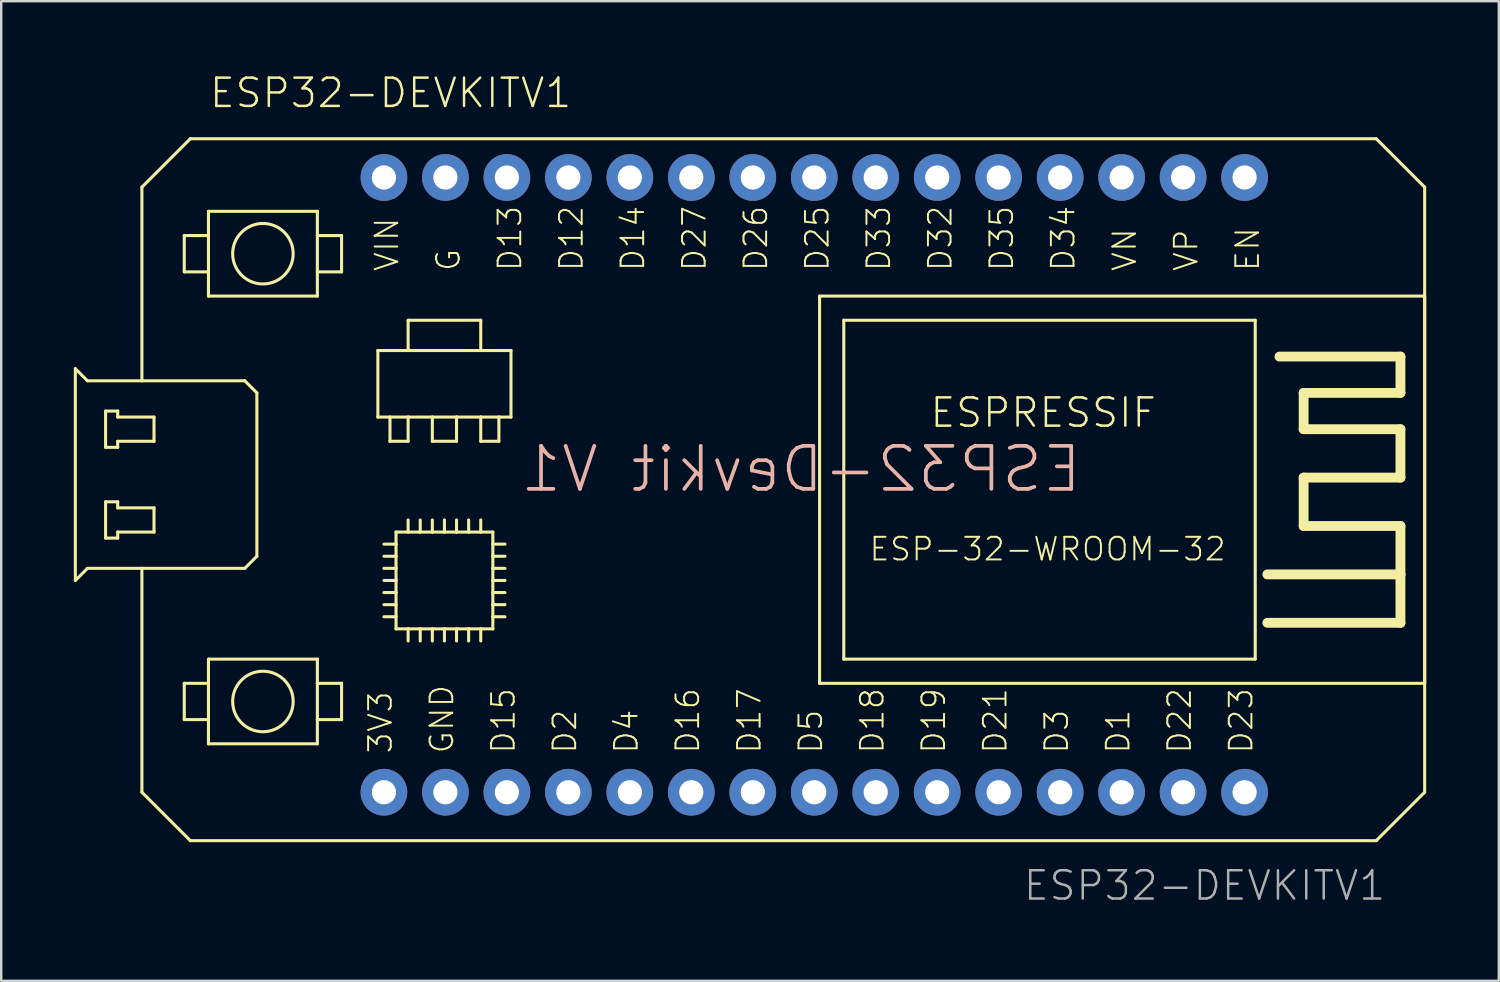
<source format=kicad_pcb>
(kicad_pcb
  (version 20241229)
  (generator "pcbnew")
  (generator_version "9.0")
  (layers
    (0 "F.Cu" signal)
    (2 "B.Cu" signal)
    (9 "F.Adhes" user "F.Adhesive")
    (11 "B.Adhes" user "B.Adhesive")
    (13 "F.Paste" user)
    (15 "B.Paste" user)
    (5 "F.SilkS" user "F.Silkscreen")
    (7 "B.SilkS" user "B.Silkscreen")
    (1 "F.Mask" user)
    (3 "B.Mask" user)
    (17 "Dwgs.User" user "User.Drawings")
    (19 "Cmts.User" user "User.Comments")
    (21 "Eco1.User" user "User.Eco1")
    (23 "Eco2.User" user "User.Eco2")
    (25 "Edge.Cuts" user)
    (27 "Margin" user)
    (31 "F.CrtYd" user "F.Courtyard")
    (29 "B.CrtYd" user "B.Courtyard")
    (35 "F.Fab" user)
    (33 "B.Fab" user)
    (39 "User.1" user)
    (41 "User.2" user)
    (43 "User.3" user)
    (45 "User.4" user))
  (footprint "ESP32-DEVKITV1"
    (layer "F.Cu")
    (at 12.813 29.683)
    (property "Reference" "ESP32-DEVKITV1" (at -7.27 -28.21 0) (unlocked yes) (layer "F.SilkS") (effects (font (size 1.168 1.168) (thickness 0.102)) (justify left bottom)))
    (fp_line (start -12.75 -17.5) (end -12.75 -8.75) (stroke (width 0.127) (type solid)) (layer "F.SilkS"))
    (fp_line (start -12.75 -17.5) (end -12.25 -17) (stroke (width 0.127) (type solid)) (layer "F.SilkS"))
    (fp_line (start -12.75 -8.75) (end -12.25 -9.25) (stroke (width 0.127) (type solid)) (layer "F.SilkS"))
    (fp_line (start -12.25 -17) (end -10 -17) (stroke (width 0.127) (type solid)) (layer "F.SilkS"))
    (fp_line (start -12.25 -9.25) (end -10 -9.25) (stroke (width 0.127) (type solid)) (layer "F.SilkS"))
    (fp_line (start -11.5 -15.75) (end -11 -15.75) (stroke (width 0.127) (type solid)) (layer "F.SilkS"))
    (fp_line (start -11.5 -14.25) (end -11.5 -15.75) (stroke (width 0.127) (type solid)) (layer "F.SilkS"))
    (fp_line (start -11.5 -12) (end -11 -12) (stroke (width 0.127) (type solid)) (layer "F.SilkS"))
    (fp_line (start -11.5 -10.5) (end -11.5 -12) (stroke (width 0.127) (type solid)) (layer "F.SilkS"))
    (fp_line (start -11.5 -10.5) (end -11 -10.5) (stroke (width 0.127) (type solid)) (layer "F.SilkS"))
    (fp_line (start -11 -15.75) (end -11 -15.5) (stroke (width 0.127) (type solid)) (layer "F.SilkS"))
    (fp_line (start -11 -15.5) (end -9.5 -15.5) (stroke (width 0.127) (type solid)) (layer "F.SilkS"))
    (fp_line (start -11 -14.5) (end -9.5 -14.5) (stroke (width 0.127) (type solid)) (layer "F.SilkS"))
    (fp_line (start -11 -14.25) (end -11.5 -14.25) (stroke (width 0.127) (type solid)) (layer "F.SilkS"))
    (fp_line (start -11 -14.25) (end -11 -14.5) (stroke (width 0.127) (type solid)) (layer "F.SilkS"))
    (fp_line (start -11 -12) (end -11 -11.75) (stroke (width 0.127) (type solid)) (layer "F.SilkS"))
    (fp_line (start -11 -11.75) (end -9.5 -11.75) (stroke (width 0.127) (type solid)) (layer "F.SilkS"))
    (fp_line (start -11 -10.75) (end -9.5 -10.75) (stroke (width 0.127) (type solid)) (layer "F.SilkS"))
    (fp_line (start -11 -10.5) (end -11 -10.75) (stroke (width 0.127) (type solid)) (layer "F.SilkS"))
    (fp_line (start -10 -25) (end -8 -27) (stroke (width 0.127) (type solid)) (layer "F.SilkS"))
    (fp_line (start -10 -17) (end -10 -25) (stroke (width 0.127) (type solid)) (layer "F.SilkS"))
    (fp_line (start -10 -9.25) (end -5.75 -9.25) (stroke (width 0.127) (type solid)) (layer "F.SilkS"))
    (fp_line (start -10 0) (end -10 -9.25) (stroke (width 0.127) (type solid)) (layer "F.SilkS"))
    (fp_line (start -9.5 -15.5) (end -9.5 -14.5) (stroke (width 0.127) (type solid)) (layer "F.SilkS"))
    (fp_line (start -9.5 -11.75) (end -9.5 -10.75) (stroke (width 0.127) (type solid)) (layer "F.SilkS"))
    (fp_line (start -8.25 -23) (end -8.25 -21.5) (stroke (width 0.127) (type solid)) (layer "F.SilkS"))
    (fp_line (start -8.25 -21.5) (end -7.25 -21.5) (stroke (width 0.127) (type solid)) (layer "F.SilkS"))
    (fp_line (start -8.25 -4.5) (end -8.25 -3) (stroke (width 0.127) (type solid)) (layer "F.SilkS"))
    (fp_line (start -8.25 -3) (end -7.25 -3) (stroke (width 0.127) (type solid)) (layer "F.SilkS"))
    (fp_line (start -8 2) (end -10 0) (stroke (width 0.127) (type solid)) (layer "F.SilkS"))
    (fp_line (start -8 2) (end 41 2) (stroke (width 0.127) (type solid)) (layer "F.SilkS"))
    (fp_line (start -7.25 -24) (end -7.25 -23) (stroke (width 0.127) (type solid)) (layer "F.SilkS"))
    (fp_line (start -7.25 -23) (end -8.25 -23) (stroke (width 0.127) (type solid)) (layer "F.SilkS"))
    (fp_line (start -7.25 -23) (end -7.25 -21.5) (stroke (width 0.127) (type solid)) (layer "F.SilkS"))
    (fp_line (start -7.25 -21.5) (end -7.25 -20.5) (stroke (width 0.127) (type solid)) (layer "F.SilkS"))
    (fp_line (start -7.25 -20.5) (end -2.75 -20.5) (stroke (width 0.127) (type solid)) (layer "F.SilkS"))
    (fp_line (start -7.25 -5.5) (end -7.25 -4.5) (stroke (width 0.127) (type solid)) (layer "F.SilkS"))
    (fp_line (start -7.25 -4.5) (end -8.25 -4.5) (stroke (width 0.127) (type solid)) (layer "F.SilkS"))
    (fp_line (start -7.25 -4.5) (end -7.25 -3) (stroke (width 0.127) (type solid)) (layer "F.SilkS"))
    (fp_line (start -7.25 -3) (end -7.25 -2) (stroke (width 0.127) (type solid)) (layer "F.SilkS"))
    (fp_line (start -7.25 -2) (end -2.75 -2) (stroke (width 0.127) (type solid)) (layer "F.SilkS"))
    (fp_line (start -5.75 -17) (end -10 -17) (stroke (width 0.127) (type solid)) (layer "F.SilkS"))
    (fp_line (start -5.75 -17) (end -5.25 -16.5) (stroke (width 0.127) (type solid)) (layer "F.SilkS"))
    (fp_line (start -5.25 -16.5) (end -5.25 -9.75) (stroke (width 0.127) (type solid)) (layer "F.SilkS"))
    (fp_line (start -5.25 -9.75) (end -5.75 -9.25) (stroke (width 0.127) (type solid)) (layer "F.SilkS"))
    (fp_line (start -2.75 -24) (end -7.25 -24) (stroke (width 0.127) (type solid)) (layer "F.SilkS"))
    (fp_line (start -2.75 -23) (end -2.75 -24) (stroke (width 0.127) (type solid)) (layer "F.SilkS"))
    (fp_line (start -2.75 -23) (end -1.75 -23) (stroke (width 0.127) (type solid)) (layer "F.SilkS"))
    (fp_line (start -2.75 -21.5) (end -2.75 -23) (stroke (width 0.127) (type solid)) (layer "F.SilkS"))
    (fp_line (start -2.75 -20.5) (end -2.75 -21.5) (stroke (width 0.127) (type solid)) (layer "F.SilkS"))
    (fp_line (start -2.75 -5.5) (end -7.25 -5.5) (stroke (width 0.127) (type solid)) (layer "F.SilkS"))
    (fp_line (start -2.75 -4.5) (end -2.75 -5.5) (stroke (width 0.127) (type solid)) (layer "F.SilkS"))
    (fp_line (start -2.75 -4.5) (end -1.75 -4.5) (stroke (width 0.127) (type solid)) (layer "F.SilkS"))
    (fp_line (start -2.75 -3) (end -2.75 -4.5) (stroke (width 0.127) (type solid)) (layer "F.SilkS"))
    (fp_line (start -2.75 -2) (end -2.75 -3) (stroke (width 0.127) (type solid)) (layer "F.SilkS"))
    (fp_line (start -1.75 -23) (end -1.75 -21.5) (stroke (width 0.127) (type solid)) (layer "F.SilkS"))
    (fp_line (start -1.75 -21.5) (end -2.75 -21.5) (stroke (width 0.127) (type solid)) (layer "F.SilkS"))
    (fp_line (start -1.75 -4.5) (end -1.75 -3) (stroke (width 0.127) (type solid)) (layer "F.SilkS"))
    (fp_line (start -1.75 -3) (end -2.75 -3) (stroke (width 0.127) (type solid)) (layer "F.SilkS"))
    (fp_line (start -0.25 -18.25) (end -0.25 -15.5) (stroke (width 0.127) (type solid)) (layer "F.SilkS"))
    (fp_line (start -0.25 -15.5) (end 0.25 -15.5) (stroke (width 0.127) (type solid)) (layer "F.SilkS"))
    (fp_line (start 0 -10.25) (end 0.5 -10.25) (stroke (width 0.127) (type solid)) (layer "F.SilkS"))
    (fp_line (start 0 -9.75) (end 0.5 -9.75) (stroke (width 0.127) (type solid)) (layer "F.SilkS"))
    (fp_line (start 0 -9.25) (end 0.5 -9.25) (stroke (width 0.127) (type solid)) (layer "F.SilkS"))
    (fp_line (start 0 -8.75) (end 0.5 -8.75) (stroke (width 0.127) (type solid)) (layer "F.SilkS"))
    (fp_line (start 0 -8.25) (end 0.5 -8.25) (stroke (width 0.127) (type solid)) (layer "F.SilkS"))
    (fp_line (start 0 -7.75) (end 0.5 -7.75) (stroke (width 0.127) (type solid)) (layer "F.SilkS"))
    (fp_line (start 0.25 -15.5) (end 0.25 -14.5) (stroke (width 0.127) (type solid)) (layer "F.SilkS"))
    (fp_line (start 0.25 -15.5) (end 1 -15.5) (stroke (width 0.127) (type solid)) (layer "F.SilkS"))
    (fp_line (start 0.25 -14.5) (end 1 -14.5) (stroke (width 0.127) (type solid)) (layer "F.SilkS"))
    (fp_line (start 0.5 -10.75) (end 1 -10.75) (stroke (width 0.127) (type solid)) (layer "F.SilkS"))
    (fp_line (start 0.5 -10.25) (end 0.5 -10.75) (stroke (width 0.127) (type solid)) (layer "F.SilkS"))
    (fp_line (start 0.5 -9.75) (end 0.5 -10.25) (stroke (width 0.127) (type solid)) (layer "F.SilkS"))
    (fp_line (start 0.5 -9.25) (end 0.5 -9.75) (stroke (width 0.127) (type solid)) (layer "F.SilkS"))
    (fp_line (start 0.5 -8.75) (end 0.5 -9.25) (stroke (width 0.127) (type solid)) (layer "F.SilkS"))
    (fp_line (start 0.5 -8.25) (end 0.5 -8.75) (stroke (width 0.127) (type solid)) (layer "F.SilkS"))
    (fp_line (start 0.5 -7.75) (end 0.5 -8.25) (stroke (width 0.127) (type solid)) (layer "F.SilkS"))
    (fp_line (start 0.5 -7.25) (end 0 -7.25) (stroke (width 0.127) (type solid)) (layer "F.SilkS"))
    (fp_line (start 0.5 -7.25) (end 0.5 -7.75) (stroke (width 0.127) (type solid)) (layer "F.SilkS"))
    (fp_line (start 0.5 -6.75) (end 0.5 -7.25) (stroke (width 0.127) (type solid)) (layer "F.SilkS"))
    (fp_line (start 1 -19.5) (end 1 -18.25) (stroke (width 0.127) (type solid)) (layer "F.SilkS"))
    (fp_line (start 1 -19.5) (end 4 -19.5) (stroke (width 0.127) (type solid)) (layer "F.SilkS"))
    (fp_line (start 1 -18.25) (end -0.25 -18.25) (stroke (width 0.127) (type solid)) (layer "F.SilkS"))
    (fp_line (start 1 -15.5) (end 2 -15.5) (stroke (width 0.127) (type solid)) (layer "F.SilkS"))
    (fp_line (start 1 -14.5) (end 1 -15.5) (stroke (width 0.127) (type solid)) (layer "F.SilkS"))
    (fp_line (start 1 -10.75) (end 1 -11.25) (stroke (width 0.127) (type solid)) (layer "F.SilkS"))
    (fp_line (start 1 -10.75) (end 1.5 -10.75) (stroke (width 0.127) (type solid)) (layer "F.SilkS"))
    (fp_line (start 1 -6.75) (end 0.5 -6.75) (stroke (width 0.127) (type solid)) (layer "F.SilkS"))
    (fp_line (start 1 -6.25) (end 1 -6.75) (stroke (width 0.127) (type solid)) (layer "F.SilkS"))
    (fp_line (start 1.5 -11.25) (end 1.5 -10.75) (stroke (width 0.127) (type solid)) (layer "F.SilkS"))
    (fp_line (start 1.5 -10.75) (end 2 -10.75) (stroke (width 0.127) (type solid)) (layer "F.SilkS"))
    (fp_line (start 1.5 -6.75) (end 1 -6.75) (stroke (width 0.127) (type solid)) (layer "F.SilkS"))
    (fp_line (start 1.5 -6.25) (end 1.5 -6.75) (stroke (width 0.127) (type solid)) (layer "F.SilkS"))
    (fp_line (start 2 -15.5) (end 2 -14.5) (stroke (width 0.127) (type solid)) (layer "F.SilkS"))
    (fp_line (start 2 -14.5) (end 3 -14.5) (stroke (width 0.127) (type solid)) (layer "F.SilkS"))
    (fp_line (start 2 -11.25) (end 2 -10.75) (stroke (width 0.127) (type solid)) (layer "F.SilkS"))
    (fp_line (start 2 -10.75) (end 2.5 -10.75) (stroke (width 0.127) (type solid)) (layer "F.SilkS"))
    (fp_line (start 2 -6.75) (end 1.5 -6.75) (stroke (width 0.127) (type solid)) (layer "F.SilkS"))
    (fp_line (start 2 -6.25) (end 2 -6.75) (stroke (width 0.127) (type solid)) (layer "F.SilkS"))
    (fp_line (start 2.5 -11.25) (end 2.5 -10.75) (stroke (width 0.127) (type solid)) (layer "F.SilkS"))
    (fp_line (start 2.5 -10.75) (end 3 -10.75) (stroke (width 0.127) (type solid)) (layer "F.SilkS"))
    (fp_line (start 2.5 -6.75) (end 2 -6.75) (stroke (width 0.127) (type solid)) (layer "F.SilkS"))
    (fp_line (start 2.5 -6.25) (end 2.5 -6.75) (stroke (width 0.127) (type solid)) (layer "F.SilkS"))
    (fp_line (start 3 -15.5) (end 2 -15.5) (stroke (width 0.127) (type solid)) (layer "F.SilkS"))
    (fp_line (start 3 -14.5) (end 3 -15.5) (stroke (width 0.127) (type solid)) (layer "F.SilkS"))
    (fp_line (start 3 -11.25) (end 3 -10.75) (stroke (width 0.127) (type solid)) (layer "F.SilkS"))
    (fp_line (start 3 -10.75) (end 3.5 -10.75) (stroke (width 0.127) (type solid)) (layer "F.SilkS"))
    (fp_line (start 3 -6.75) (end 2.5 -6.75) (stroke (width 0.127) (type solid)) (layer "F.SilkS"))
    (fp_line (start 3 -6.25) (end 3 -6.75) (stroke (width 0.127) (type solid)) (layer "F.SilkS"))
    (fp_line (start 3.5 -11.25) (end 3.5 -10.75) (stroke (width 0.127) (type solid)) (layer "F.SilkS"))
    (fp_line (start 3.5 -10.75) (end 4 -10.75) (stroke (width 0.127) (type solid)) (layer "F.SilkS"))
    (fp_line (start 3.5 -6.75) (end 3 -6.75) (stroke (width 0.127) (type solid)) (layer "F.SilkS"))
    (fp_line (start 3.5 -6.25) (end 3.5 -6.75) (stroke (width 0.127) (type solid)) (layer "F.SilkS"))
    (fp_line (start 4 -19.5) (end 4 -18.25) (stroke (width 0.127) (type solid)) (layer "F.SilkS"))
    (fp_line (start 4 -18.25) (end 1 -18.25) (stroke (width 0.127) (type solid)) (layer "F.SilkS"))
    (fp_line (start 4 -15.5) (end 3 -15.5) (stroke (width 0.127) (type solid)) (layer "F.SilkS"))
    (fp_line (start 4 -15.5) (end 4.75 -15.5) (stroke (width 0.127) (type solid)) (layer "F.SilkS"))
    (fp_line (start 4 -14.5) (end 4 -15.5) (stroke (width 0.127) (type solid)) (layer "F.SilkS"))
    (fp_line (start 4 -11.25) (end 4 -10.75) (stroke (width 0.127) (type solid)) (layer "F.SilkS"))
    (fp_line (start 4 -10.75) (end 4.5 -10.75) (stroke (width 0.127) (type solid)) (layer "F.SilkS"))
    (fp_line (start 4 -6.75) (end 3.5 -6.75) (stroke (width 0.127) (type solid)) (layer "F.SilkS"))
    (fp_line (start 4 -6.75) (end 4 -6.25) (stroke (width 0.127) (type solid)) (layer "F.SilkS"))
    (fp_line (start 4.5 -10.75) (end 4.5 -10.25) (stroke (width 0.127) (type solid)) (layer "F.SilkS"))
    (fp_line (start 4.5 -10.25) (end 4.5 -9.75) (stroke (width 0.127) (type solid)) (layer "F.SilkS"))
    (fp_line (start 4.5 -10.25) (end 5 -10.25) (stroke (width 0.127) (type solid)) (layer "F.SilkS"))
    (fp_line (start 4.5 -9.75) (end 4.5 -9.25) (stroke (width 0.127) (type solid)) (layer "F.SilkS"))
    (fp_line (start 4.5 -9.25) (end 4.5 -8.75) (stroke (width 0.127) (type solid)) (layer "F.SilkS"))
    (fp_line (start 4.5 -8.75) (end 4.5 -8.25) (stroke (width 0.127) (type solid)) (layer "F.SilkS"))
    (fp_line (start 4.5 -8.25) (end 4.5 -7.75) (stroke (width 0.127) (type solid)) (layer "F.SilkS"))
    (fp_line (start 4.5 -7.75) (end 4.5 -7.25) (stroke (width 0.127) (type solid)) (layer "F.SilkS"))
    (fp_line (start 4.5 -7.25) (end 4.5 -6.75) (stroke (width 0.127) (type solid)) (layer "F.SilkS"))
    (fp_line (start 4.5 -6.75) (end 4 -6.75) (stroke (width 0.127) (type solid)) (layer "F.SilkS"))
    (fp_line (start 4.75 -15.5) (end 4.75 -14.5) (stroke (width 0.127) (type solid)) (layer "F.SilkS"))
    (fp_line (start 4.75 -15.5) (end 5.25 -15.5) (stroke (width 0.127) (type solid)) (layer "F.SilkS"))
    (fp_line (start 4.75 -14.5) (end 4 -14.5) (stroke (width 0.127) (type solid)) (layer "F.SilkS"))
    (fp_line (start 5 -9.75) (end 4.5 -9.75) (stroke (width 0.127) (type solid)) (layer "F.SilkS"))
    (fp_line (start 5 -9.25) (end 4.5 -9.25) (stroke (width 0.127) (type solid)) (layer "F.SilkS"))
    (fp_line (start 5 -8.75) (end 4.5 -8.75) (stroke (width 0.127) (type solid)) (layer "F.SilkS"))
    (fp_line (start 5 -8.25) (end 4.5 -8.25) (stroke (width 0.127) (type solid)) (layer "F.SilkS"))
    (fp_line (start 5 -7.75) (end 4.5 -7.75) (stroke (width 0.127) (type solid)) (layer "F.SilkS"))
    (fp_line (start 5 -7.25) (end 4.5 -7.25) (stroke (width 0.127) (type solid)) (layer "F.SilkS"))
    (fp_line (start 5.25 -18.25) (end 4 -18.25) (stroke (width 0.127) (type solid)) (layer "F.SilkS"))
    (fp_line (start 5.25 -15.5) (end 5.25 -18.25) (stroke (width 0.127) (type solid)) (layer "F.SilkS"))
    (fp_line (start 18 -20.5) (end 18 -4.5) (stroke (width 0.127) (type solid)) (layer "F.SilkS"))
    (fp_line (start 18 -4.5) (end 43 -4.5) (stroke (width 0.127) (type solid)) (layer "F.SilkS"))
    (fp_line (start 19 -19.5) (end 19 -5.5) (stroke (width 0.127) (type solid)) (layer "F.SilkS"))
    (fp_line (start 19 -5.5) (end 36 -5.5) (stroke (width 0.127) (type solid)) (layer "F.SilkS"))
    (fp_line (start 36 -19.5) (end 19 -19.5) (stroke (width 0.127) (type solid)) (layer "F.SilkS"))
    (fp_line (start 36 -5.5) (end 36 -19.5) (stroke (width 0.127) (type solid)) (layer "F.SilkS"))
    (fp_line (start 37 -18) (end 42 -18) (stroke (width 0.406) (type solid)) (layer "F.SilkS"))
    (fp_line (start 38 -16.5) (end 38 -15) (stroke (width 0.406) (type solid)) (layer "F.SilkS"))
    (fp_line (start 38 -15) (end 42 -15) (stroke (width 0.406) (type solid)) (layer "F.SilkS"))
    (fp_line (start 38 -13) (end 38 -11) (stroke (width 0.406) (type solid)) (layer "F.SilkS"))
    (fp_line (start 38 -11) (end 42 -11) (stroke (width 0.406) (type solid)) (layer "F.SilkS"))
    (fp_line (start 41 -27) (end -8 -27) (stroke (width 0.127) (type solid)) (layer "F.SilkS"))
    (fp_line (start 41 -27) (end 43 -25) (stroke (width 0.127) (type solid)) (layer "F.SilkS"))
    (fp_line (start 42 -18) (end 42 -16.5) (stroke (width 0.406) (type solid)) (layer "F.SilkS"))
    (fp_line (start 42 -16.5) (end 38 -16.5) (stroke (width 0.406) (type solid)) (layer "F.SilkS"))
    (fp_line (start 42 -15) (end 42 -13) (stroke (width 0.406) (type solid)) (layer "F.SilkS"))
    (fp_line (start 42 -13) (end 38 -13) (stroke (width 0.406) (type solid)) (layer "F.SilkS"))
    (fp_line (start 42 -11) (end 42 -9) (stroke (width 0.406) (type solid)) (layer "F.SilkS"))
    (fp_line (start 42 -9) (end 36.5 -9) (stroke (width 0.406) (type solid)) (layer "F.SilkS"))
    (fp_line (start 42 -9) (end 42 -7) (stroke (width 0.406) (type solid)) (layer "F.SilkS"))
    (fp_line (start 42 -7) (end 36.5 -7) (stroke (width 0.406) (type solid)) (layer "F.SilkS"))
    (fp_line (start 43 -25) (end 43 0) (stroke (width 0.127) (type solid)) (layer "F.SilkS"))
    (fp_line (start 43 -20.5) (end 18 -20.5) (stroke (width 0.127) (type solid)) (layer "F.SilkS"))
    (fp_line (start 43 -4.5) (end 43 -20.5) (stroke (width 0.127) (type solid)) (layer "F.SilkS"))
    (fp_line (start 43 0) (end 41 2) (stroke (width 0.127) (type solid)) (layer "F.SilkS"))
    (fp_circle (center -5 -22.25) (end -3.75 -22.25) (stroke (width 0.127) (type solid)) (fill no) (layer "F.SilkS"))
    (fp_circle (center -5 -3.75) (end -3.75 -3.75) (stroke (width 0.127) (type solid)) (fill no) (layer "F.SilkS"))
    (fp_text user "VN" (at 31.15 -21.47 90) (unlocked yes) (layer "F.SilkS") (effects (font (size 0.935 0.935) (thickness 0.081)) (justify left bottom)))
    (fp_text user "ESP-32-WROOM-32" (at 20 -9.5 0) (unlocked yes) (layer "F.SilkS") (effects (font (size 0.935 0.935) (thickness 0.081)) (justify left bottom)))
    (fp_text user "D4" (at 10.56 -1.54 90) (unlocked yes) (layer "F.SilkS") (effects (font (size 0.935 0.935) (thickness 0.081)) (justify left bottom)))
    (fp_text user "D3" (at 28.34 -1.54 90) (unlocked yes) (layer "F.SilkS") (effects (font (size 0.935 0.935) (thickness 0.081)) (justify left bottom)))
    (fp_text user "D18" (at 20.72 -1.54 90) (unlocked yes) (layer "F.SilkS") (effects (font (size 0.935 0.935) (thickness 0.081)) (justify left bottom)))
    (fp_text user "D13" (at 5.75 -21.47 90) (unlocked yes) (layer "F.SilkS") (effects (font (size 0.935 0.935) (thickness 0.081)) (justify left bottom)))
    (fp_text user "D27" (at 13.37 -21.47 90) (unlocked yes) (layer "F.SilkS") (effects (font (size 0.935 0.935) (thickness 0.081)) (justify left bottom)))
    (fp_text user "3V3" (at 0.4 -1.54 90) (unlocked yes) (layer "F.SilkS") (effects (font (size 0.935 0.935) (thickness 0.081)) (justify left bottom)))
    (fp_text user "D1" (at 30.88 -1.54 90) (unlocked yes) (layer "F.SilkS") (effects (font (size 0.935 0.935) (thickness 0.081)) (justify left bottom)))
    (fp_text user "D22" (at 33.42 -1.54 90) (unlocked yes) (layer "F.SilkS") (effects (font (size 0.935 0.935) (thickness 0.081)) (justify left bottom)))
    (fp_text user "D23" (at 35.96 -1.54 90) (unlocked yes) (layer "F.SilkS") (effects (font (size 0.935 0.935) (thickness 0.081)) (justify left bottom)))
    (fp_text user "D16" (at 13.1 -1.54 90) (unlocked yes) (layer "F.SilkS") (effects (font (size 0.935 0.935) (thickness 0.081)) (justify left bottom)))
    (fp_text user "D2" (at 8.02 -1.54 90) (unlocked yes) (layer "F.SilkS") (effects (font (size 0.935 0.935) (thickness 0.081)) (justify left bottom)))
    (fp_text user "D15" (at 5.48 -1.54 90) (unlocked yes) (layer "F.SilkS") (effects (font (size 0.935 0.935) (thickness 0.081)) (justify left bottom)))
    (fp_text user "D33" (at 20.99 -21.47 90) (unlocked yes) (layer "F.SilkS") (effects (font (size 0.935 0.935) (thickness 0.081)) (justify left bottom)))
    (fp_text user "G" (at 3.21 -21.47 90) (unlocked yes) (layer "F.SilkS") (effects (font (size 0.935 0.935) (thickness 0.081)) (justify left bottom)))
    (fp_text user "D32" (at 23.53 -21.47 90) (unlocked yes) (layer "F.SilkS") (effects (font (size 0.935 0.935) (thickness 0.081)) (justify left bottom)))
    (fp_text user "EN" (at 36.23 -21.47 90) (unlocked yes) (layer "F.SilkS") (effects (font (size 0.935 0.935) (thickness 0.081)) (justify left bottom)))
    (fp_text user "D12" (at 8.29 -21.47 90) (unlocked yes) (layer "F.SilkS") (effects (font (size 0.935 0.935) (thickness 0.081)) (justify left bottom)))
    (fp_text user "VP" (at 33.69 -21.47 90) (unlocked yes) (layer "F.SilkS") (effects (font (size 0.935 0.935) (thickness 0.081)) (justify left bottom)))
    (fp_text user "D35" (at 26.07 -21.47 90) (unlocked yes) (layer "F.SilkS") (effects (font (size 0.935 0.935) (thickness 0.081)) (justify left bottom)))
    (fp_text user "VIN" (at 0.67 -21.47 90) (unlocked yes) (layer "F.SilkS") (effects (font (size 0.935 0.935) (thickness 0.081)) (justify left bottom)))
    (fp_text user "D34" (at 28.61 -21.47 90) (unlocked yes) (layer "F.SilkS") (effects (font (size 0.935 0.935) (thickness 0.081)) (justify left bottom)))
    (fp_text user "D26" (at 15.91 -21.47 90) (unlocked yes) (layer "F.SilkS") (effects (font (size 0.935 0.935) (thickness 0.081)) (justify left bottom)))
    (fp_text user "D21" (at 25.8 -1.54 90) (unlocked yes) (layer "F.SilkS") (effects (font (size 0.935 0.935) (thickness 0.081)) (justify left bottom)))
    (fp_text user "GND" (at 2.94 -1.54 90) (unlocked yes) (layer "F.SilkS") (effects (font (size 0.935 0.935) (thickness 0.081)) (justify left bottom)))
    (fp_text user "ESPRESSIF " (at 22.5 -15 0) (unlocked yes) (layer "F.SilkS") (effects (font (size 1.168 1.168) (thickness 0.102)) (justify left bottom)))
    (fp_text user "D17" (at 15.64 -1.54 90) (unlocked yes) (layer "F.SilkS") (effects (font (size 0.935 0.935) (thickness 0.081)) (justify left bottom)))
    (fp_text user "D14" (at 10.83 -21.47 90) (unlocked yes) (layer "F.SilkS") (effects (font (size 0.935 0.935) (thickness 0.081)) (justify left bottom)))
    (fp_text user "D5" (at 18.18 -1.54 90) (unlocked yes) (layer "F.SilkS") (effects (font (size 0.935 0.935) (thickness 0.081)) (justify left bottom)))
    (fp_text user "D25" (at 18.45 -21.47 90) (unlocked yes) (layer "F.SilkS") (effects (font (size 0.935 0.935) (thickness 0.081)) (justify left bottom)))
    (fp_text user "D19" (at 23.26 -1.54 90) (unlocked yes) (layer "F.SilkS") (effects (font (size 0.935 0.935) (thickness 0.081)) (justify left bottom)))
    (fp_text user "ESP32-Devkit V1" (at 28.92 -12.31 0) (unlocked yes) (layer "B.SilkS") (effects (font (size 1.776 1.776) (thickness 0.154)) (justify left bottom mirror)))
    (fp_text user "ESP32-DEVKITV1" (at 26.36 4.54 0) (unlocked yes) (layer "F.Fab") (effects (font (size 1.168 1.168) (thickness 0.102)) (justify left bottom)))
    (pad "3V3" thru_hole circle (at 0 0) (size 1.93 1.93) (drill 1) (layers "*.Cu" "*.Mask"))
    (pad "D1" thru_hole circle (at 30.48 0) (size 1.93 1.93) (drill 1) (layers "*.Cu" "*.Mask"))
    (pad "D2" thru_hole circle (at 7.62 0) (size 1.93 1.93) (drill 1) (layers "*.Cu" "*.Mask"))
    (pad "D3" thru_hole circle (at 27.94 0) (size 1.93 1.93) (drill 1) (layers "*.Cu" "*.Mask"))
    (pad "D4" thru_hole circle (at 10.16 0) (size 1.93 1.93) (drill 1) (layers "*.Cu" "*.Mask"))
    (pad "D5" thru_hole circle (at 17.78 0) (size 1.93 1.93) (drill 1) (layers "*.Cu" "*.Mask"))
    (pad "D12" thru_hole circle (at 7.62 -25.4) (size 1.93 1.93) (drill 1) (layers "*.Cu" "*.Mask"))
    (pad "D13" thru_hole circle (at 5.08 -25.4) (size 1.93 1.93) (drill 1) (layers "*.Cu" "*.Mask"))
    (pad "D14" thru_hole circle (at 10.16 -25.4) (size 1.93 1.93) (drill 1) (layers "*.Cu" "*.Mask"))
    (pad "D15" thru_hole circle (at 5.08 0) (size 1.93 1.93) (drill 1) (layers "*.Cu" "*.Mask"))
    (pad "D16" thru_hole circle (at 12.7 0) (size 1.93 1.93) (drill 1) (layers "*.Cu" "*.Mask"))
    (pad "D17" thru_hole circle (at 15.24 0) (size 1.93 1.93) (drill 1) (layers "*.Cu" "*.Mask"))
    (pad "D18" thru_hole circle (at 20.32 0) (size 1.93 1.93) (drill 1) (layers "*.Cu" "*.Mask"))
    (pad "D19" thru_hole circle (at 22.86 0) (size 1.93 1.93) (drill 1) (layers "*.Cu" "*.Mask"))
    (pad "D21" thru_hole circle (at 25.4 0) (size 1.93 1.93) (drill 1) (layers "*.Cu" "*.Mask"))
    (pad "D22" thru_hole circle (at 33.02 0) (size 1.93 1.93) (drill 1) (layers "*.Cu" "*.Mask"))
    (pad "D23" thru_hole circle (at 35.56 0) (size 1.93 1.93) (drill 1) (layers "*.Cu" "*.Mask"))
    (pad "D25" thru_hole circle (at 17.78 -25.4) (size 1.93 1.93) (drill 1) (layers "*.Cu" "*.Mask"))
    (pad "D26" thru_hole circle (at 15.24 -25.4) (size 1.93 1.93) (drill 1) (layers "*.Cu" "*.Mask"))
    (pad "D27" thru_hole circle (at 12.7 -25.4) (size 1.93 1.93) (drill 1) (layers "*.Cu" "*.Mask"))
    (pad "D32" thru_hole circle (at 22.86 -25.4) (size 1.93 1.93) (drill 1) (layers "*.Cu" "*.Mask"))
    (pad "D33" thru_hole circle (at 20.32 -25.4) (size 1.93 1.93) (drill 1) (layers "*.Cu" "*.Mask"))
    (pad "D34" thru_hole circle (at 27.94 -25.4) (size 1.93 1.93) (drill 1) (layers "*.Cu" "*.Mask"))
    (pad "D35" thru_hole circle (at 25.4 -25.4) (size 1.93 1.93) (drill 1) (layers "*.Cu" "*.Mask"))
    (pad "EN" thru_hole circle (at 35.56 -25.4) (size 1.93 1.93) (drill 1) (layers "*.Cu" "*.Mask"))
    (pad "GND" thru_hole circle (at 2.54 -25.4) (size 1.93 1.93) (drill 1) (layers "*.Cu" "*.Mask"))
    (pad "GND@1" thru_hole circle (at 2.54 0) (size 1.93 1.93) (drill 1) (layers "*.Cu" "*.Mask"))
    (pad "VIN" thru_hole circle (at 0 -25.4) (size 1.93 1.93) (drill 1) (layers "*.Cu" "*.Mask"))
    (pad "VN" thru_hole circle (at 30.48 -25.4) (size 1.93 1.93) (drill 1) (layers "*.Cu" "*.Mask"))
    (pad "VP" thru_hole circle (at 33.02 -25.4) (size 1.93 1.93) (drill 1) (layers "*.Cu" "*.Mask")))
  (gr_rect
    (start -3 -3)
    (end 58.877 37.474)
    (stroke (width 0.1) (type default))
    (fill no)
    (layer "Edge.Cuts")))
</source>
